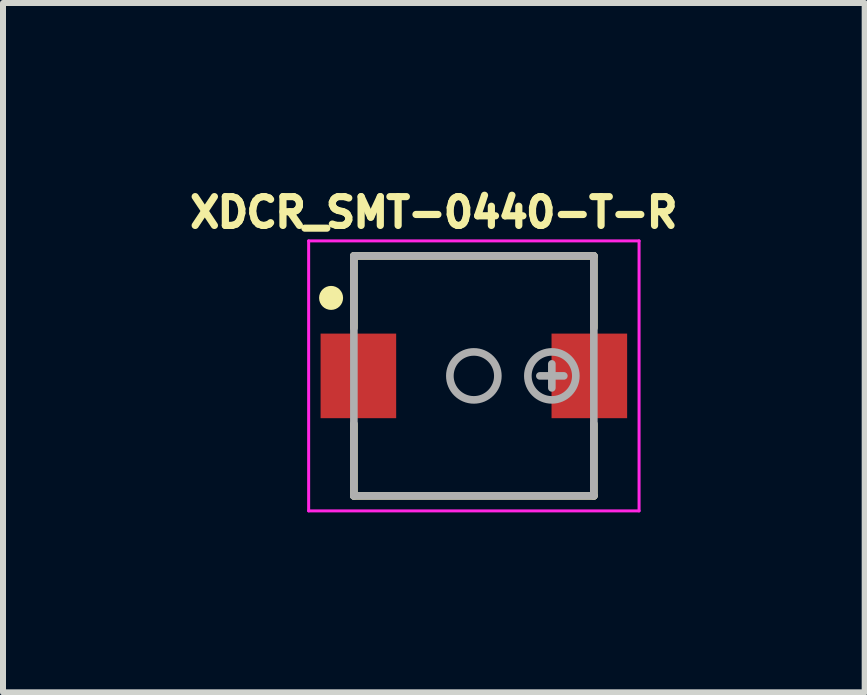
<source format=kicad_pcb>
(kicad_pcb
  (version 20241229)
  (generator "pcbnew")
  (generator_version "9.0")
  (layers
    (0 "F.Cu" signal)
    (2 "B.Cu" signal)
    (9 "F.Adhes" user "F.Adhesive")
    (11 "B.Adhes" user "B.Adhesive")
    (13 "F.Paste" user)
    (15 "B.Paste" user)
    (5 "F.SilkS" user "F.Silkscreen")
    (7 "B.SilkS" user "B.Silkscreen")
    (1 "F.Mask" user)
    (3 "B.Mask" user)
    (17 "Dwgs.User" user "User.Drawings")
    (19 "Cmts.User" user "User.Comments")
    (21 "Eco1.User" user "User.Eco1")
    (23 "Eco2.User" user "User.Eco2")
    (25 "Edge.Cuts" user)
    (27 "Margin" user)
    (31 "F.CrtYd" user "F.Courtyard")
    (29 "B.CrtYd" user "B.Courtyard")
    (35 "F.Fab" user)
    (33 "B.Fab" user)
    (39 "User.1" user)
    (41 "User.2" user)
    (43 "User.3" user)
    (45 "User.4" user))
  (footprint "XDCR_SMT-0440-T-R"
    (layer "F.Cu")
    (at 4.849 3.216)
    (property "Reference" "XDCR_SMT-0440-T-R" (at -0.668 -2.724 0) (layer "F.SilkS") (effects (font (size 0.48 0.48) (thickness 0.15))))
    (attr through_hole)
    (fp_line (start -2 -2) (end 2 -2) (stroke (width 0.127) (type solid)) (layer "F.SilkS"))
    (fp_line (start -2 -0.8) (end -2 -2) (stroke (width 0.127) (type solid)) (layer "F.SilkS"))
    (fp_line (start -2 2) (end -2 0.8) (stroke (width 0.127) (type solid)) (layer "F.SilkS"))
    (fp_line (start 2 -2) (end 2 -0.8) (stroke (width 0.127) (type solid)) (layer "F.SilkS"))
    (fp_line (start 2 0.8) (end 2 2) (stroke (width 0.127) (type solid)) (layer "F.SilkS"))
    (fp_line (start 2 2) (end -2 2) (stroke (width 0.127) (type solid)) (layer "F.SilkS"))
    (fp_circle (center -2.38 -1.3) (end -2.28 -1.3) (stroke (width 0.2) (type solid)) (fill no) (layer "F.SilkS"))
    (fp_line (start -2.754 -2.25) (end 2.754 -2.25) (stroke (width 0.05) (type solid)) (layer "F.CrtYd"))
    (fp_line (start -2.754 2.25) (end -2.754 -2.25) (stroke (width 0.05) (type solid)) (layer "F.CrtYd"))
    (fp_line (start 2.754 -2.25) (end 2.754 2.25) (stroke (width 0.05) (type solid)) (layer "F.CrtYd"))
    (fp_line (start 2.754 2.25) (end -2.754 2.25) (stroke (width 0.05) (type solid)) (layer "F.CrtYd"))
    (fp_line (start -2 -2) (end 2 -2) (stroke (width 0.127) (type solid)) (layer "F.Fab"))
    (fp_line (start -2 2) (end -2 -2) (stroke (width 0.127) (type solid)) (layer "F.Fab"))
    (fp_line (start 1.1 0) (end 1.5 0) (stroke (width 0.127) (type solid)) (layer "F.Fab"))
    (fp_line (start 1.3 -0.2) (end 1.3 0.2) (stroke (width 0.127) (type solid)) (layer "F.Fab"))
    (fp_line (start 2 -2) (end 2 2) (stroke (width 0.127) (type solid)) (layer "F.Fab"))
    (fp_line (start 2 2) (end -2 2) (stroke (width 0.127) (type solid)) (layer "F.Fab"))
    (fp_circle (center 0 0) (end 0.4 0) (stroke (width 0.127) (type solid)) (fill no) (layer "F.Fab"))
    (fp_circle (center 1.3 0) (end 1.7 0) (stroke (width 0.127) (type solid)) (fill no) (layer "F.Fab"))
    (pad "1" smd rect (at -1.925 0) (size 1.26 1.41) (layers "F.Cu" "F.Mask" "F.Paste"))
    (pad "2" smd rect (at 1.925 0) (size 1.26 1.41) (layers "F.Cu" "F.Mask" "F.Paste")))
  (gr_rect
    (start -3 -3)
    (end 11.364 8.491)
    (stroke (width 0.1) (type default))
    (fill no)
    (layer "Edge.Cuts")))
</source>
